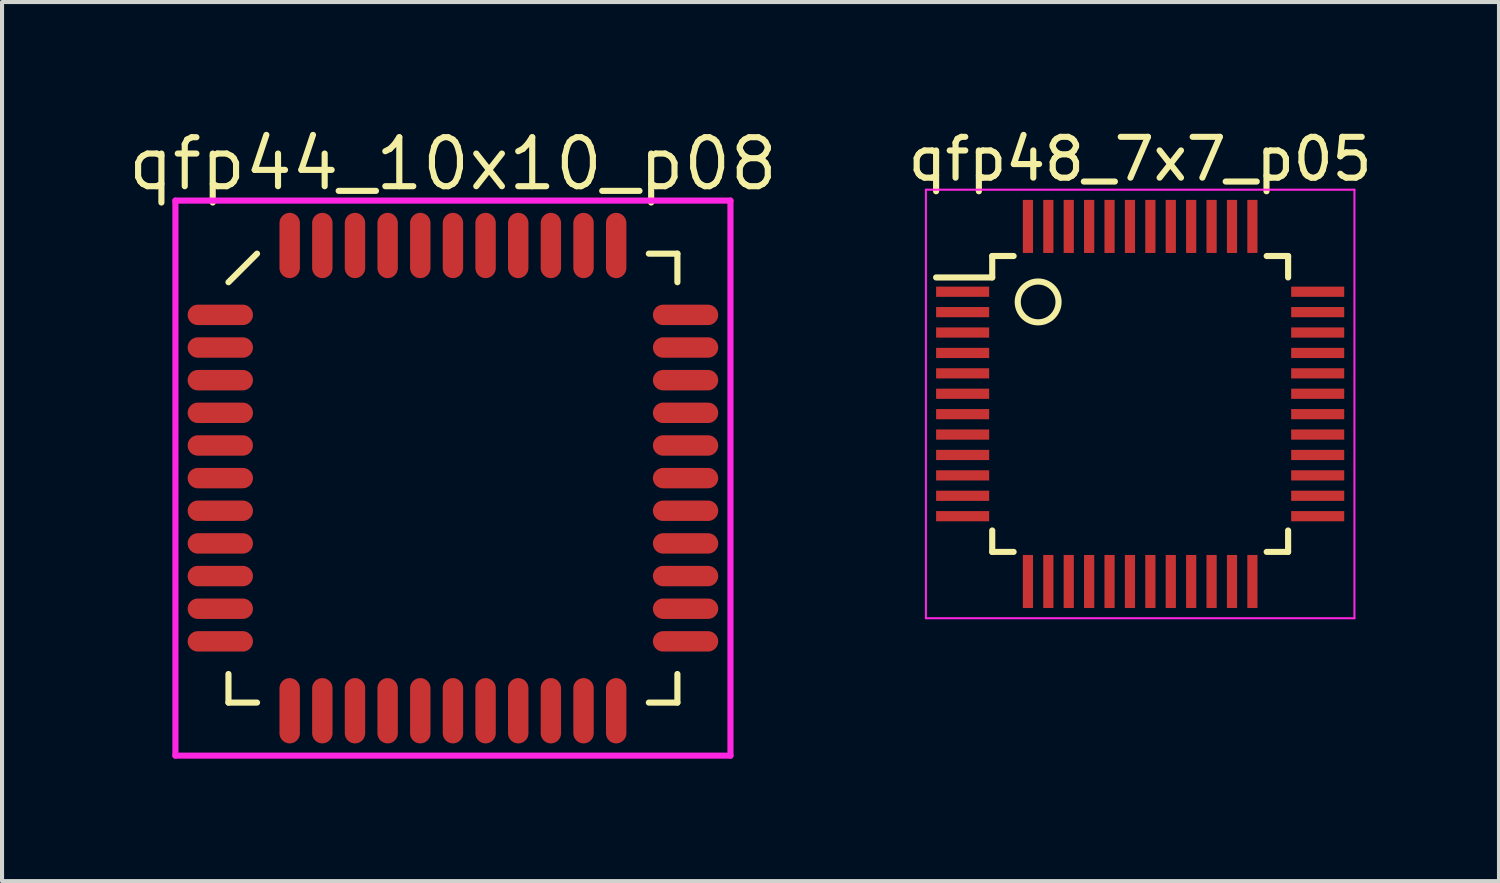
<source format=kicad_pcb>
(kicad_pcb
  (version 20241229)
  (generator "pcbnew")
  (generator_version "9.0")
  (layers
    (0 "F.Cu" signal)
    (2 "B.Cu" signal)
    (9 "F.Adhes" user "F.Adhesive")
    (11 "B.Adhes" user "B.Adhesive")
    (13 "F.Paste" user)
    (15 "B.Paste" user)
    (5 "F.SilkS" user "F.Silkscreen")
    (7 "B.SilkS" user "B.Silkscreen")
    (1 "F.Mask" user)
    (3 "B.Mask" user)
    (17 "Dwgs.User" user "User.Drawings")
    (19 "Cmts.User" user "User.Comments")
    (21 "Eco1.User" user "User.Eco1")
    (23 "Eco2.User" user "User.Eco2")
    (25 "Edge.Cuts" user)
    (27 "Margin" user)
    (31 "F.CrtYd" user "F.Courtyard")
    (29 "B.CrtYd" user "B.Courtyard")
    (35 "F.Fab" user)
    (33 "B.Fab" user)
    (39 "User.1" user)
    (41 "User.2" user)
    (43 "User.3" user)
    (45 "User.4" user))
  (footprint "qfp48_7x7_p05"
    (layer "F.Cu")
    (at 24.887 6.848)
    (property "Reference" "qfp48_7x7_p05" (at 0 -6 0) (layer "F.SilkS") (effects (font (size 1 1) (thickness 0.15))))
    (attr smd)
    (fp_line (start -3.625 -3.625) (end -3.625 -3.1) (stroke (width 0.15) (type solid)) (layer "F.SilkS"))
    (fp_line (start -3.625 -3.625) (end -3.1 -3.625) (stroke (width 0.15) (type solid)) (layer "F.SilkS"))
    (fp_line (start -3.625 -3.1) (end -5 -3.1) (stroke (width 0.15) (type solid)) (layer "F.SilkS"))
    (fp_line (start -3.625 3.625) (end -3.625 3.1) (stroke (width 0.15) (type solid)) (layer "F.SilkS"))
    (fp_line (start -3.625 3.625) (end -3.1 3.625) (stroke (width 0.15) (type solid)) (layer "F.SilkS"))
    (fp_line (start 3.625 -3.625) (end 3.1 -3.625) (stroke (width 0.15) (type solid)) (layer "F.SilkS"))
    (fp_line (start 3.625 -3.625) (end 3.625 -3.1) (stroke (width 0.15) (type solid)) (layer "F.SilkS"))
    (fp_line (start 3.625 3.625) (end 3.1 3.625) (stroke (width 0.15) (type solid)) (layer "F.SilkS"))
    (fp_line (start 3.625 3.625) (end 3.625 3.1) (stroke (width 0.15) (type solid)) (layer "F.SilkS"))
    (fp_circle (center -2.5 -2.5) (end -3 -2.5) (stroke (width 0.15) (type solid)) (fill no) (layer "F.SilkS"))
    (fp_line (start -5.25 -5.25) (end -5.25 5.25) (stroke (width 0.05) (type solid)) (layer "F.CrtYd"))
    (fp_line (start -5.25 -5.25) (end 5.25 -5.25) (stroke (width 0.05) (type solid)) (layer "F.CrtYd"))
    (fp_line (start -5.25 5.25) (end 5.25 5.25) (stroke (width 0.05) (type solid)) (layer "F.CrtYd"))
    (fp_line (start 5.25 -5.25) (end 5.25 5.25) (stroke (width 0.05) (type solid)) (layer "F.CrtYd"))
    (pad "1" smd rect (at -4.35 -2.75) (size 1.3 0.25) (layers "F.Cu" "F.Mask" "F.Paste"))
    (pad "2" smd rect (at -4.35 -2.25) (size 1.3 0.25) (layers "F.Cu" "F.Mask" "F.Paste"))
    (pad "3" smd rect (at -4.35 -1.75) (size 1.3 0.25) (layers "F.Cu" "F.Mask" "F.Paste"))
    (pad "4" smd rect (at -4.35 -1.25) (size 1.3 0.25) (layers "F.Cu" "F.Mask" "F.Paste"))
    (pad "5" smd rect (at -4.35 -0.75) (size 1.3 0.25) (layers "F.Cu" "F.Mask" "F.Paste"))
    (pad "6" smd rect (at -4.35 -0.25) (size 1.3 0.25) (layers "F.Cu" "F.Mask" "F.Paste"))
    (pad "7" smd rect (at -4.35 0.25) (size 1.3 0.25) (layers "F.Cu" "F.Mask" "F.Paste"))
    (pad "8" smd rect (at -4.35 0.75) (size 1.3 0.25) (layers "F.Cu" "F.Mask" "F.Paste"))
    (pad "9" smd rect (at -4.35 1.25) (size 1.3 0.25) (layers "F.Cu" "F.Mask" "F.Paste"))
    (pad "10" smd rect (at -4.35 1.75) (size 1.3 0.25) (layers "F.Cu" "F.Mask" "F.Paste"))
    (pad "11" smd rect (at -4.35 2.25) (size 1.3 0.25) (layers "F.Cu" "F.Mask" "F.Paste"))
    (pad "12" smd rect (at -4.35 2.75) (size 1.3 0.25) (layers "F.Cu" "F.Mask" "F.Paste"))
    (pad "13" smd rect (at -2.75 4.35 90) (size 1.3 0.25) (layers "F.Cu" "F.Mask" "F.Paste"))
    (pad "14" smd rect (at -2.25 4.35 90) (size 1.3 0.25) (layers "F.Cu" "F.Mask" "F.Paste"))
    (pad "15" smd rect (at -1.75 4.35 90) (size 1.3 0.25) (layers "F.Cu" "F.Mask" "F.Paste"))
    (pad "16" smd rect (at -1.25 4.35 90) (size 1.3 0.25) (layers "F.Cu" "F.Mask" "F.Paste"))
    (pad "17" smd rect (at -0.75 4.35 90) (size 1.3 0.25) (layers "F.Cu" "F.Mask" "F.Paste"))
    (pad "18" smd rect (at -0.25 4.35 90) (size 1.3 0.25) (layers "F.Cu" "F.Mask" "F.Paste"))
    (pad "19" smd rect (at 0.25 4.35 90) (size 1.3 0.25) (layers "F.Cu" "F.Mask" "F.Paste"))
    (pad "20" smd rect (at 0.75 4.35 90) (size 1.3 0.25) (layers "F.Cu" "F.Mask" "F.Paste"))
    (pad "21" smd rect (at 1.25 4.35 90) (size 1.3 0.25) (layers "F.Cu" "F.Mask" "F.Paste"))
    (pad "22" smd rect (at 1.75 4.35 90) (size 1.3 0.25) (layers "F.Cu" "F.Mask" "F.Paste"))
    (pad "23" smd rect (at 2.25 4.35 90) (size 1.3 0.25) (layers "F.Cu" "F.Mask" "F.Paste"))
    (pad "24" smd rect (at 2.75 4.35 90) (size 1.3 0.25) (layers "F.Cu" "F.Mask" "F.Paste"))
    (pad "25" smd rect (at 4.35 2.75) (size 1.3 0.25) (layers "F.Cu" "F.Mask" "F.Paste"))
    (pad "26" smd rect (at 4.35 2.25) (size 1.3 0.25) (layers "F.Cu" "F.Mask" "F.Paste"))
    (pad "27" smd rect (at 4.35 1.75) (size 1.3 0.25) (layers "F.Cu" "F.Mask" "F.Paste"))
    (pad "28" smd rect (at 4.35 1.25) (size 1.3 0.25) (layers "F.Cu" "F.Mask" "F.Paste"))
    (pad "29" smd rect (at 4.35 0.75) (size 1.3 0.25) (layers "F.Cu" "F.Mask" "F.Paste"))
    (pad "30" smd rect (at 4.35 0.25) (size 1.3 0.25) (layers "F.Cu" "F.Mask" "F.Paste"))
    (pad "31" smd rect (at 4.35 -0.25) (size 1.3 0.25) (layers "F.Cu" "F.Mask" "F.Paste"))
    (pad "32" smd rect (at 4.35 -0.75) (size 1.3 0.25) (layers "F.Cu" "F.Mask" "F.Paste"))
    (pad "33" smd rect (at 4.35 -1.25) (size 1.3 0.25) (layers "F.Cu" "F.Mask" "F.Paste"))
    (pad "34" smd rect (at 4.35 -1.75) (size 1.3 0.25) (layers "F.Cu" "F.Mask" "F.Paste"))
    (pad "35" smd rect (at 4.35 -2.25) (size 1.3 0.25) (layers "F.Cu" "F.Mask" "F.Paste"))
    (pad "36" smd rect (at 4.35 -2.75) (size 1.3 0.25) (layers "F.Cu" "F.Mask" "F.Paste"))
    (pad "37" smd rect (at 2.75 -4.35 90) (size 1.3 0.25) (layers "F.Cu" "F.Mask" "F.Paste"))
    (pad "38" smd rect (at 2.25 -4.35 90) (size 1.3 0.25) (layers "F.Cu" "F.Mask" "F.Paste"))
    (pad "39" smd rect (at 1.75 -4.35 90) (size 1.3 0.25) (layers "F.Cu" "F.Mask" "F.Paste"))
    (pad "40" smd rect (at 1.25 -4.35 90) (size 1.3 0.25) (layers "F.Cu" "F.Mask" "F.Paste"))
    (pad "41" smd rect (at 0.75 -4.35 90) (size 1.3 0.25) (layers "F.Cu" "F.Mask" "F.Paste"))
    (pad "42" smd rect (at 0.25 -4.35 90) (size 1.3 0.25) (layers "F.Cu" "F.Mask" "F.Paste"))
    (pad "43" smd rect (at -0.25 -4.35 90) (size 1.3 0.25) (layers "F.Cu" "F.Mask" "F.Paste"))
    (pad "44" smd rect (at -0.75 -4.35 90) (size 1.3 0.25) (layers "F.Cu" "F.Mask" "F.Paste"))
    (pad "45" smd rect (at -1.25 -4.35 90) (size 1.3 0.25) (layers "F.Cu" "F.Mask" "F.Paste"))
    (pad "46" smd rect (at -1.75 -4.35 90) (size 1.3 0.25) (layers "F.Cu" "F.Mask" "F.Paste"))
    (pad "47" smd rect (at -2.25 -4.35 90) (size 1.3 0.25) (layers "F.Cu" "F.Mask" "F.Paste"))
    (pad "48" smd rect (at -2.75 -4.35 90) (size 1.3 0.25) (layers "F.Cu" "F.Mask" "F.Paste")))
  (footprint "qfp44_10x10_p08"
    (layer "F.Cu")
    (at 8.048 8.665)
    (property "Reference" "qfp44_10x10_p08" (at 0 -7.7 0) (layer "F.SilkS") (effects (font (size 1.2 1.2) (thickness 0.15))))
    (attr through_hole)
    (fp_line (start -5.5 -4.8) (end -4.8 -5.5) (stroke (width 0.15) (type solid)) (layer "F.SilkS"))
    (fp_line (start -5.5 5.5) (end -5.5 4.8) (stroke (width 0.15) (type solid)) (layer "F.SilkS"))
    (fp_line (start -4.8 5.5) (end -5.5 5.5) (stroke (width 0.15) (type solid)) (layer "F.SilkS"))
    (fp_line (start 4.8 -5.5) (end 5.5 -5.5) (stroke (width 0.15) (type solid)) (layer "F.SilkS"))
    (fp_line (start 4.8 5.5) (end 5.5 5.5) (stroke (width 0.15) (type solid)) (layer "F.SilkS"))
    (fp_line (start 5.5 -5.5) (end 5.5 -4.8) (stroke (width 0.15) (type solid)) (layer "F.SilkS"))
    (fp_line (start 5.5 5.5) (end 5.5 4.8) (stroke (width 0.15) (type solid)) (layer "F.SilkS"))
    (fp_line (start -6.8 -6.8) (end 6.8 -6.8) (stroke (width 0.15) (type solid)) (layer "F.CrtYd"))
    (fp_line (start -6.8 6.8) (end -6.8 -6.8) (stroke (width 0.15) (type solid)) (layer "F.CrtYd"))
    (fp_line (start 6.8 -6.8) (end 6.8 6.8) (stroke (width 0.15) (type solid)) (layer "F.CrtYd"))
    (fp_line (start 6.8 6.8) (end -6.8 6.8) (stroke (width 0.15) (type solid)) (layer "F.CrtYd"))
    (pad "1" smd oval (at -5.7 -4 90) (size 0.5 1.6) (layers "F.Cu" "F.Mask" "F.Paste"))
    (pad "2" smd oval (at -5.7 -3.2 90) (size 0.5 1.6) (layers "F.Cu" "F.Mask" "F.Paste"))
    (pad "3" smd oval (at -5.7 -2.4 90) (size 0.5 1.6) (layers "F.Cu" "F.Mask" "F.Paste"))
    (pad "4" smd oval (at -5.7 -1.6 90) (size 0.5 1.6) (layers "F.Cu" "F.Mask" "F.Paste"))
    (pad "5" smd oval (at -5.7 -0.8 90) (size 0.5 1.6) (layers "F.Cu" "F.Mask" "F.Paste"))
    (pad "6" smd oval (at -5.7 0 90) (size 0.5 1.6) (layers "F.Cu" "F.Mask" "F.Paste"))
    (pad "7" smd oval (at -5.7 0.8 90) (size 0.5 1.6) (layers "F.Cu" "F.Mask" "F.Paste"))
    (pad "8" smd oval (at -5.7 1.6 90) (size 0.5 1.6) (layers "F.Cu" "F.Mask" "F.Paste"))
    (pad "9" smd oval (at -5.7 2.4 90) (size 0.5 1.6) (layers "F.Cu" "F.Mask" "F.Paste"))
    (pad "10" smd oval (at -5.7 3.2 90) (size 0.5 1.6) (layers "F.Cu" "F.Mask" "F.Paste"))
    (pad "11" smd oval (at -5.7 4 90) (size 0.5 1.6) (layers "F.Cu" "F.Mask" "F.Paste"))
    (pad "12" smd oval (at -4 5.7) (size 0.5 1.6) (layers "F.Cu" "F.Mask" "F.Paste"))
    (pad "13" smd oval (at -3.2 5.7) (size 0.5 1.6) (layers "F.Cu" "F.Mask" "F.Paste"))
    (pad "14" smd oval (at -2.4 5.7) (size 0.5 1.6) (layers "F.Cu" "F.Mask" "F.Paste"))
    (pad "15" smd oval (at -1.6 5.7) (size 0.5 1.6) (layers "F.Cu" "F.Mask" "F.Paste"))
    (pad "16" smd oval (at -0.8 5.7) (size 0.5 1.6) (layers "F.Cu" "F.Mask" "F.Paste"))
    (pad "17" smd oval (at 0 5.7) (size 0.5 1.6) (layers "F.Cu" "F.Mask" "F.Paste"))
    (pad "18" smd oval (at 0.8 5.7) (size 0.5 1.6) (layers "F.Cu" "F.Mask" "F.Paste"))
    (pad "19" smd oval (at 1.6 5.7) (size 0.5 1.6) (layers "F.Cu" "F.Mask" "F.Paste"))
    (pad "20" smd oval (at 2.4 5.7) (size 0.5 1.6) (layers "F.Cu" "F.Mask" "F.Paste"))
    (pad "21" smd oval (at 3.2 5.7) (size 0.5 1.6) (layers "F.Cu" "F.Mask" "F.Paste"))
    (pad "22" smd oval (at 4 5.7) (size 0.5 1.6) (layers "F.Cu" "F.Mask" "F.Paste"))
    (pad "23" smd oval (at 5.7 4 90) (size 0.5 1.6) (layers "F.Cu" "F.Mask" "F.Paste"))
    (pad "24" smd oval (at 5.7 3.2 90) (size 0.5 1.6) (layers "F.Cu" "F.Mask" "F.Paste"))
    (pad "25" smd oval (at 5.7 2.4 90) (size 0.5 1.6) (layers "F.Cu" "F.Mask" "F.Paste"))
    (pad "26" smd oval (at 5.7 1.6 90) (size 0.5 1.6) (layers "F.Cu" "F.Mask" "F.Paste"))
    (pad "27" smd oval (at 5.7 0.8 90) (size 0.5 1.6) (layers "F.Cu" "F.Mask" "F.Paste"))
    (pad "28" smd oval (at 5.7 0 90) (size 0.5 1.6) (layers "F.Cu" "F.Mask" "F.Paste"))
    (pad "29" smd oval (at 5.7 -0.8 90) (size 0.5 1.6) (layers "F.Cu" "F.Mask" "F.Paste"))
    (pad "30" smd oval (at 5.7 -1.6 90) (size 0.5 1.6) (layers "F.Cu" "F.Mask" "F.Paste"))
    (pad "31" smd oval (at 5.7 -2.4 90) (size 0.5 1.6) (layers "F.Cu" "F.Mask" "F.Paste"))
    (pad "32" smd oval (at 5.7 -3.2 90) (size 0.5 1.6) (layers "F.Cu" "F.Mask" "F.Paste"))
    (pad "33" smd oval (at 5.7 -4 90) (size 0.5 1.6) (layers "F.Cu" "F.Mask" "F.Paste"))
    (pad "34" smd oval (at 4 -5.7) (size 0.5 1.6) (layers "F.Cu" "F.Mask" "F.Paste"))
    (pad "35" smd oval (at 3.2 -5.7) (size 0.5 1.6) (layers "F.Cu" "F.Mask" "F.Paste"))
    (pad "36" smd oval (at 2.4 -5.7) (size 0.5 1.6) (layers "F.Cu" "F.Mask" "F.Paste"))
    (pad "37" smd oval (at 1.6 -5.7) (size 0.5 1.6) (layers "F.Cu" "F.Mask" "F.Paste"))
    (pad "38" smd oval (at 0.8 -5.7) (size 0.5 1.6) (layers "F.Cu" "F.Mask" "F.Paste"))
    (pad "39" smd oval (at 0 -5.7) (size 0.5 1.6) (layers "F.Cu" "F.Mask" "F.Paste"))
    (pad "40" smd oval (at -0.8 -5.7) (size 0.5 1.6) (layers "F.Cu" "F.Mask" "F.Paste"))
    (pad "41" smd oval (at -1.6 -5.7) (size 0.5 1.6) (layers "F.Cu" "F.Mask" "F.Paste"))
    (pad "42" smd oval (at -2.4 -5.7) (size 0.5 1.6) (layers "F.Cu" "F.Mask" "F.Paste"))
    (pad "43" smd oval (at -3.2 -5.7) (size 0.5 1.6) (layers "F.Cu" "F.Mask" "F.Paste"))
    (pad "44" smd oval (at -4 -5.7) (size 0.5 1.6) (layers "F.Cu" "F.Mask" "F.Paste")))
  (gr_rect
    (start -3 -3)
    (end 33.679 18.54)
    (stroke (width 0.1) (type default))
    (fill no)
    (layer "Edge.Cuts")))
</source>
